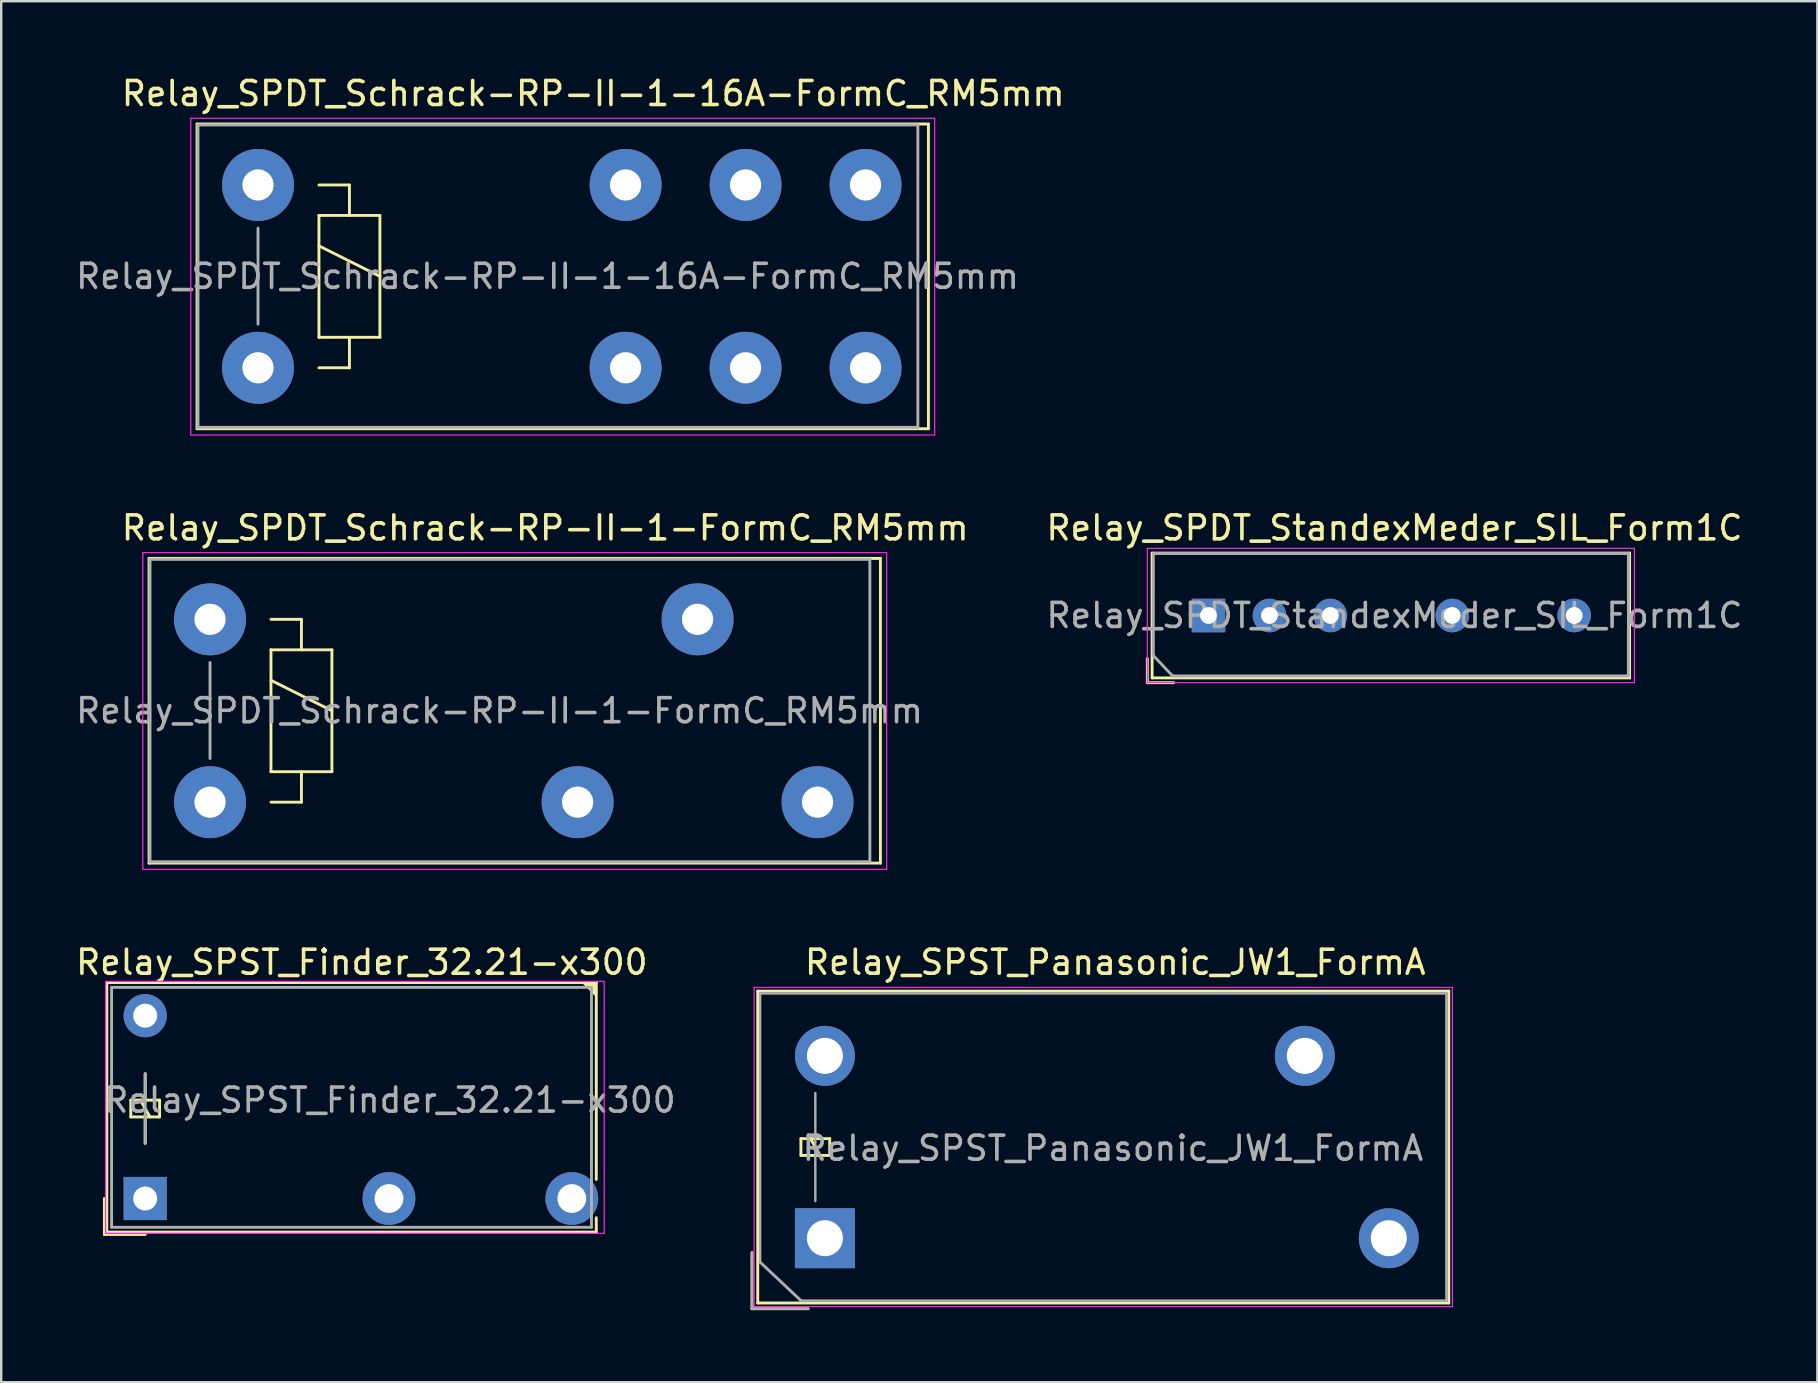
<source format=kicad_pcb>
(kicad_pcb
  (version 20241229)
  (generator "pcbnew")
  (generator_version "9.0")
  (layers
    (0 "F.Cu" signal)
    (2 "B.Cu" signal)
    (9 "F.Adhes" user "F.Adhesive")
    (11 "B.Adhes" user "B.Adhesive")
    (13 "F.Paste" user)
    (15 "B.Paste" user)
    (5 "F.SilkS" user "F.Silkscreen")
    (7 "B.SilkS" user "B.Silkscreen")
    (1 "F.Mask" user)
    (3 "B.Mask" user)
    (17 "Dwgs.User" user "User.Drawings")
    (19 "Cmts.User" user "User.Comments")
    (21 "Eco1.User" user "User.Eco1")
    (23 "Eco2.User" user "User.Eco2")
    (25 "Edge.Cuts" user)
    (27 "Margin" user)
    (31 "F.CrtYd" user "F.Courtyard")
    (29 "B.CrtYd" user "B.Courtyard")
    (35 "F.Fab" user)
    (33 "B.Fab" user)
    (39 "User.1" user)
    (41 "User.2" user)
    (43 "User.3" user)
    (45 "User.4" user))
  (footprint "Relay_SPST_Panasonic_JW1_FormA"
    (layer "F.Cu")
    (at 31.33 48.555)
    (property "Reference" "Relay_SPST_Panasonic_JW1_FormA" (at 12.1 -11.5 180) (layer "F.SilkS") (effects (font (size 1 1) (thickness 0.15))))
    (attr through_hole)
    (fp_line (start -3.04 2.94) (end -3.04 0.6) (stroke (width 0.12) (type solid)) (layer "F.SilkS"))
    (fp_line (start -2.8 -10.3) (end -2.8 2.7) (stroke (width 0.12) (type solid)) (layer "F.SilkS"))
    (fp_line (start -2.8 2.7) (end 26 2.7) (stroke (width 0.12) (type solid)) (layer "F.SilkS"))
    (fp_line (start -1 -4.15) (end -1 -3.45) (stroke (width 0.12) (type solid)) (layer "F.SilkS"))
    (fp_line (start -1 -3.45) (end 0.2 -3.45) (stroke (width 0.12) (type solid)) (layer "F.SilkS"))
    (fp_line (start -0.7 2.94) (end -3.04 2.94) (stroke (width 0.12) (type solid)) (layer "F.SilkS"))
    (fp_line (start -0.2 -3.45) (end -0.6 -4.15) (stroke (width 0.12) (type solid)) (layer "F.SilkS"))
    (fp_line (start 0.2 -4.15) (end -1 -4.15) (stroke (width 0.12) (type solid)) (layer "F.SilkS"))
    (fp_line (start 0.2 -3.45) (end 0.2 -4.15) (stroke (width 0.12) (type solid)) (layer "F.SilkS"))
    (fp_line (start 26 -10.3) (end -2.8 -10.3) (stroke (width 0.12) (type solid)) (layer "F.SilkS"))
    (fp_line (start 26 2.7) (end 26 -10.3) (stroke (width 0.12) (type solid)) (layer "F.SilkS"))
    (fp_line (start -2.95 -10.45) (end -2.95 2.85) (stroke (width 0.05) (type solid)) (layer "F.CrtYd"))
    (fp_line (start -2.95 2.85) (end 26.15 2.85) (stroke (width 0.05) (type solid)) (layer "F.CrtYd"))
    (fp_line (start 26.15 -10.45) (end -2.95 -10.45) (stroke (width 0.05) (type solid)) (layer "F.CrtYd"))
    (fp_line (start 26.15 2.85) (end 26.15 -10.45) (stroke (width 0.05) (type solid)) (layer "F.CrtYd"))
    (fp_line (start -3.04 2.94) (end -3.04 0.6) (stroke (width 0.1) (type solid)) (layer "F.Fab"))
    (fp_line (start -2.7 -10.2) (end -2.7 1) (stroke (width 0.1) (type solid)) (layer "F.Fab"))
    (fp_line (start -1 2.6) (end -2.7 1) (stroke (width 0.12) (type solid)) (layer "F.Fab"))
    (fp_line (start -1 2.6) (end 25.9 2.6) (stroke (width 0.1) (type solid)) (layer "F.Fab"))
    (fp_line (start -0.7 2.94) (end -3.04 2.94) (stroke (width 0.1) (type solid)) (layer "F.Fab"))
    (fp_line (start -0.4 -1.55) (end -0.4 -6.05) (stroke (width 0.1) (type solid)) (layer "F.Fab"))
    (fp_line (start 25.9 -10.2) (end -2.7 -10.2) (stroke (width 0.1) (type solid)) (layer "F.Fab"))
    (fp_line (start 25.9 2.6) (end 25.9 -10.2) (stroke (width 0.1) (type solid)) (layer "F.Fab"))
    (fp_text user "${REFERENCE}" (at 12 -3.75 180) (layer "F.Fab") (effects (font (size 1 1) (thickness 0.15))))
    (pad "1" thru_hole rect (at 0 0 90) (size 2.5 2.5) (drill 1.5) (layers "*.Cu" "*.Mask"))
    (pad "4" thru_hole oval (at 23.5 0 90) (size 2.5 2.5) (drill 1.5) (layers "*.Cu" "*.Mask"))
    (pad "6" thru_hole oval (at 20 -7.6 90) (size 2.5 2.5) (drill 1.5) (layers "*.Cu" "*.Mask"))
    (pad "8" thru_hole oval (at 0 -7.6 90) (size 2.5 2.5) (drill 1.5) (layers "*.Cu" "*.Mask")))
  (footprint "Relay_SPST_Finder_32.21-x300"
    (layer "F.Cu")
    (at 3.001 46.9)
    (property "Reference" "Relay_SPST_Finder_32.21-x300" (at 9.029 -9.846 180) (layer "F.SilkS") (effects (font (size 1 1) (thickness 0.15))))
    (attr through_hole)
    (fp_line (start -1.7 1.5) (end -1.7 0) (stroke (width 0.12) (type solid)) (layer "F.SilkS"))
    (fp_line (start -1.6 -9) (end 18.8 -9) (stroke (width 0.12) (type solid)) (layer "F.SilkS"))
    (fp_line (start -1.6 1.4) (end -1.6 -9) (stroke (width 0.12) (type solid)) (layer "F.SilkS"))
    (fp_line (start -0.6 -4.1) (end -0.6 -3.4) (stroke (width 0.12) (type solid)) (layer "F.SilkS"))
    (fp_line (start -0.6 -3.4) (end 0.6 -3.4) (stroke (width 0.12) (type solid)) (layer "F.SilkS"))
    (fp_line (start 0 -4.1) (end 0 -5.2) (stroke (width 0.12) (type solid)) (layer "F.SilkS"))
    (fp_line (start 0 -3.4) (end 0 -2.3) (stroke (width 0.12) (type solid)) (layer "F.SilkS"))
    (fp_line (start 0 1.5) (end -1.7 1.5) (stroke (width 0.12) (type solid)) (layer "F.SilkS"))
    (fp_line (start 0.2 -3.4) (end -0.2 -4.1) (stroke (width 0.12) (type solid)) (layer "F.SilkS"))
    (fp_line (start 0.6 -4.1) (end -0.6 -4.1) (stroke (width 0.12) (type solid)) (layer "F.SilkS"))
    (fp_line (start 0.6 -3.4) (end 0.6 -4.1) (stroke (width 0.12) (type solid)) (layer "F.SilkS"))
    (fp_line (start 18.279 -8.996) (end 18.779 -8.496) (stroke (width 0.12) (type solid)) (layer "F.SilkS"))
    (fp_line (start 18.479 -8.996) (end 18.779 -8.696) (stroke (width 0.12) (type solid)) (layer "F.SilkS"))
    (fp_line (start 18.679 -8.996) (end 18.779 -8.896) (stroke (width 0.12) (type solid)) (layer "F.SilkS"))
    (fp_line (start 18.779 -8.796) (end 18.579 -8.996) (stroke (width 0.12) (type solid)) (layer "F.SilkS"))
    (fp_line (start 18.779 -8.596) (end 18.379 -8.996) (stroke (width 0.12) (type solid)) (layer "F.SilkS"))
    (fp_line (start 18.8 -9) (end 18.8 -0.796) (stroke (width 0.12) (type solid)) (layer "F.SilkS"))
    (fp_line (start 18.8 0.8) (end 18.8 1.4) (stroke (width 0.12) (type solid)) (layer "F.SilkS"))
    (fp_line (start 18.8 1.4) (end -1.6 1.4) (stroke (width 0.12) (type solid)) (layer "F.SilkS"))
    (fp_line (start -1.65 1.45) (end -1.65 -9.05) (stroke (width 0.05) (type solid)) (layer "F.CrtYd"))
    (fp_line (start -1.65 1.45) (end 19.13 1.45) (stroke (width 0.05) (type solid)) (layer "F.CrtYd"))
    (fp_line (start 19.13 -9.05) (end -1.65 -9.05) (stroke (width 0.05) (type solid)) (layer "F.CrtYd"))
    (fp_line (start 19.13 -9.05) (end 19.13 1.45) (stroke (width 0.05) (type solid)) (layer "F.CrtYd"))
    (fp_line (start -1.4 -8.8) (end 18.6 -8.8) (stroke (width 0.12) (type solid)) (layer "F.Fab"))
    (fp_line (start -1.4 1.2) (end -1.4 -8.8) (stroke (width 0.12) (type solid)) (layer "F.Fab"))
    (fp_line (start 0 -2.3) (end 0 -5.2) (stroke (width 0.12) (type solid)) (layer "F.Fab"))
    (fp_line (start 18.6 -8.8) (end 18.6 1.2) (stroke (width 0.12) (type solid)) (layer "F.Fab"))
    (fp_line (start 18.6 1.2) (end -1.4 1.2) (stroke (width 0.12) (type solid)) (layer "F.Fab"))
    (fp_text user "${REFERENCE}" (at 10.2 -4.1 180) (layer "F.Fab") (effects (font (size 1 1) (thickness 0.15))))
    (pad "11" thru_hole circle (at 10.16 0 90) (size 2.2 2.2) (drill 1.2) (layers "*.Cu" "*.Mask"))
    (pad "14" thru_hole circle (at 17.78 0 90) (size 2.2 2.2) (drill 1.2) (layers "*.Cu" "*.Mask"))
    (pad "A1" thru_hole rect (at 0 0 90) (size 1.8 1.8) (drill 1) (layers "*.Cu" "*.Mask"))
    (pad "A2" thru_hole circle (at 0 -7.62 90) (size 1.8 1.8) (drill 1) (layers "*.Cu" "*.Mask")))
  (footprint "Relay_SPDT_Schrack-RP-II-1-FormC_RM5mm"
    (layer "F.Cu")
    (at 5.703 22.762)
    (property "Reference" "Relay_SPDT_Schrack-RP-II-1-FormC_RM5mm" (at 13.97 -3.81 0) (layer "F.SilkS") (effects (font (size 1 1) (thickness 0.15))))
    (attr through_hole)
    (fp_line (start -2.54 -2.54) (end 27.94 -2.54) (stroke (width 0.12) (type solid)) (layer "F.SilkS"))
    (fp_line (start -2.54 10.16) (end -2.54 -2.54) (stroke (width 0.12) (type solid)) (layer "F.SilkS"))
    (fp_line (start 2.54 0) (end 3.81 0) (stroke (width 0.12) (type solid)) (layer "F.SilkS"))
    (fp_line (start 2.54 1.27) (end 3.81 1.27) (stroke (width 0.12) (type solid)) (layer "F.SilkS"))
    (fp_line (start 2.54 2.54) (end 5.08 3.81) (stroke (width 0.12) (type solid)) (layer "F.SilkS"))
    (fp_line (start 2.54 6.35) (end 2.54 1.27) (stroke (width 0.12) (type solid)) (layer "F.SilkS"))
    (fp_line (start 3.81 0) (end 3.81 1.27) (stroke (width 0.12) (type solid)) (layer "F.SilkS"))
    (fp_line (start 3.81 1.27) (end 5.08 1.27) (stroke (width 0.12) (type solid)) (layer "F.SilkS"))
    (fp_line (start 3.81 6.35) (end 3.81 7.62) (stroke (width 0.12) (type solid)) (layer "F.SilkS"))
    (fp_line (start 3.81 7.62) (end 2.54 7.62) (stroke (width 0.12) (type solid)) (layer "F.SilkS"))
    (fp_line (start 5.08 1.27) (end 5.08 6.35) (stroke (width 0.12) (type solid)) (layer "F.SilkS"))
    (fp_line (start 5.08 6.35) (end 2.54 6.35) (stroke (width 0.12) (type solid)) (layer "F.SilkS"))
    (fp_line (start 27.94 -2.54) (end 27.94 10.16) (stroke (width 0.12) (type solid)) (layer "F.SilkS"))
    (fp_line (start 27.94 10.16) (end -2.54 10.16) (stroke (width 0.12) (type solid)) (layer "F.SilkS"))
    (fp_line (start -2.8 -2.78) (end 28.2 -2.78) (stroke (width 0.05) (type solid)) (layer "F.CrtYd"))
    (fp_line (start -2.8 10.42) (end -2.8 -2.78) (stroke (width 0.05) (type solid)) (layer "F.CrtYd"))
    (fp_line (start 28.2 -2.78) (end 28.2 10.42) (stroke (width 0.05) (type solid)) (layer "F.CrtYd"))
    (fp_line (start 28.2 10.42) (end -2.8 10.42) (stroke (width 0.05) (type solid)) (layer "F.CrtYd"))
    (fp_line (start -2.5 -2.5) (end 27.5 -2.5) (stroke (width 0.12) (type solid)) (layer "F.Fab"))
    (fp_line (start -2.5 10.1) (end -2.5 -2.5) (stroke (width 0.12) (type solid)) (layer "F.Fab"))
    (fp_line (start 0 1.8) (end 0 5.8) (stroke (width 0.12) (type solid)) (layer "F.Fab"))
    (fp_line (start 27.5 -2.5) (end 27.5 10.1) (stroke (width 0.12) (type solid)) (layer "F.Fab"))
    (fp_line (start 27.5 10.1) (end -2.5 10.1) (stroke (width 0.12) (type solid)) (layer "F.Fab"))
    (fp_text user "${REFERENCE}" (at 12.065 3.81 0) (layer "F.Fab") (effects (font (size 1 1) (thickness 0.15))))
    (pad "11" thru_hole circle (at 20.32 0) (size 3 3) (drill 1.3) (layers "*.Cu" "*.Mask"))
    (pad "12" thru_hole circle (at 15.32 7.62) (size 3 3) (drill 1.3) (layers "*.Cu" "*.Mask"))
    (pad "14" thru_hole circle (at 25.32 7.62) (size 3 3) (drill 1.3) (layers "*.Cu" "*.Mask"))
    (pad "A1" thru_hole circle (at 0 0) (size 3 3) (drill 1.3) (layers "*.Cu" "*.Mask"))
    (pad "A2" thru_hole circle (at 0 7.62) (size 3 3) (drill 1.3) (layers "*.Cu" "*.Mask")))
  (footprint "Relay_SPDT_Schrack-RP-II-1-16A-FormC_RM5mm"
    (layer "F.Cu")
    (at 7.703 4.658)
    (property "Reference" "Relay_SPDT_Schrack-RP-II-1-16A-FormC_RM5mm" (at 13.97 -3.81 0) (layer "F.SilkS") (effects (font (size 1 1) (thickness 0.15))))
    (attr through_hole)
    (fp_line (start -2.54 -2.54) (end 27.94 -2.54) (stroke (width 0.12) (type solid)) (layer "F.SilkS"))
    (fp_line (start -2.54 10.16) (end -2.54 -2.54) (stroke (width 0.12) (type solid)) (layer "F.SilkS"))
    (fp_line (start 2.54 0) (end 3.81 0) (stroke (width 0.12) (type solid)) (layer "F.SilkS"))
    (fp_line (start 2.54 1.27) (end 3.81 1.27) (stroke (width 0.12) (type solid)) (layer "F.SilkS"))
    (fp_line (start 2.54 2.54) (end 5.08 3.81) (stroke (width 0.12) (type solid)) (layer "F.SilkS"))
    (fp_line (start 2.54 6.35) (end 2.54 1.27) (stroke (width 0.12) (type solid)) (layer "F.SilkS"))
    (fp_line (start 3.81 0) (end 3.81 1.27) (stroke (width 0.12) (type solid)) (layer "F.SilkS"))
    (fp_line (start 3.81 1.27) (end 5.08 1.27) (stroke (width 0.12) (type solid)) (layer "F.SilkS"))
    (fp_line (start 3.81 6.35) (end 3.81 7.62) (stroke (width 0.12) (type solid)) (layer "F.SilkS"))
    (fp_line (start 3.81 7.62) (end 2.54 7.62) (stroke (width 0.12) (type solid)) (layer "F.SilkS"))
    (fp_line (start 5.08 1.27) (end 5.08 6.35) (stroke (width 0.12) (type solid)) (layer "F.SilkS"))
    (fp_line (start 5.08 6.35) (end 2.54 6.35) (stroke (width 0.12) (type solid)) (layer "F.SilkS"))
    (fp_line (start 27.94 -2.54) (end 27.94 10.16) (stroke (width 0.12) (type solid)) (layer "F.SilkS"))
    (fp_line (start 27.94 10.16) (end -2.54 10.16) (stroke (width 0.12) (type solid)) (layer "F.SilkS"))
    (fp_line (start -2.8 -2.78) (end 28.2 -2.78) (stroke (width 0.05) (type solid)) (layer "F.CrtYd"))
    (fp_line (start -2.8 10.42) (end -2.8 -2.78) (stroke (width 0.05) (type solid)) (layer "F.CrtYd"))
    (fp_line (start 28.2 -2.78) (end 28.2 10.42) (stroke (width 0.05) (type solid)) (layer "F.CrtYd"))
    (fp_line (start 28.2 10.42) (end -2.8 10.42) (stroke (width 0.05) (type solid)) (layer "F.CrtYd"))
    (fp_line (start -2.5 -2.5) (end 27.5 -2.5) (stroke (width 0.12) (type solid)) (layer "F.Fab"))
    (fp_line (start -2.5 10.1) (end -2.5 -2.5) (stroke (width 0.12) (type solid)) (layer "F.Fab"))
    (fp_line (start 0 1.8) (end 0 5.8) (stroke (width 0.12) (type solid)) (layer "F.Fab"))
    (fp_line (start 27.5 -2.5) (end 27.5 10.1) (stroke (width 0.12) (type solid)) (layer "F.Fab"))
    (fp_line (start 27.5 10.1) (end -2.5 10.1) (stroke (width 0.12) (type solid)) (layer "F.Fab"))
    (fp_text user "${REFERENCE}" (at 12.065 3.81 0) (layer "F.Fab") (effects (font (size 1 1) (thickness 0.15))))
    (pad "11" thru_hole circle (at 20.32 0) (size 3 3) (drill 1.3) (layers "*.Cu" "*.Mask"))
    (pad "11" thru_hole circle (at 20.32 7.62) (size 3 3) (drill 1.3) (layers "*.Cu" "*.Mask"))
    (pad "12" thru_hole circle (at 15.32 0) (size 3 3) (drill 1.3) (layers "*.Cu" "*.Mask"))
    (pad "12" thru_hole circle (at 15.32 7.62) (size 3 3) (drill 1.3) (layers "*.Cu" "*.Mask"))
    (pad "14" thru_hole circle (at 25.32 0) (size 3 3) (drill 1.3) (layers "*.Cu" "*.Mask"))
    (pad "14" thru_hole circle (at 25.32 7.62) (size 3 3) (drill 1.3) (layers "*.Cu" "*.Mask"))
    (pad "A1" thru_hole circle (at 0 0) (size 3 3) (drill 1.3) (layers "*.Cu" "*.Mask"))
    (pad "A2" thru_hole circle (at 0 7.62) (size 3 3) (drill 1.3) (layers "*.Cu" "*.Mask")))
  (footprint "Relay_SPDT_StandexMeder_SIL_Form1C"
    (layer "F.Cu")
    (at 47.316 22.602)
    (property "Reference" "Relay_SPDT_StandexMeder_SIL_Form1C" (at 7.75 -3.65 0) (layer "F.SilkS") (effects (font (size 1 1) (thickness 0.15))))
    (attr through_hole)
    (fp_line (start -2.55 2.8) (end -2.55 1.8) (stroke (width 0.12) (type solid)) (layer "F.SilkS"))
    (fp_line (start -2.35 -2.6) (end 17.55 -2.6) (stroke (width 0.12) (type solid)) (layer "F.SilkS"))
    (fp_line (start -2.35 2.6) (end -2.35 -2.6) (stroke (width 0.12) (type solid)) (layer "F.SilkS"))
    (fp_line (start -1.45 2.8) (end -2.55 2.8) (stroke (width 0.12) (type solid)) (layer "F.SilkS"))
    (fp_line (start 17.55 -2.6) (end 17.55 2.6) (stroke (width 0.12) (type solid)) (layer "F.SilkS"))
    (fp_line (start 17.55 2.6) (end -2.35 2.6) (stroke (width 0.12) (type solid)) (layer "F.SilkS"))
    (fp_line (start -2.55 -2.8) (end -2.55 2.8) (stroke (width 0.05) (type solid)) (layer "F.CrtYd"))
    (fp_line (start -2.55 -2.8) (end 17.75 -2.8) (stroke (width 0.05) (type solid)) (layer "F.CrtYd"))
    (fp_line (start 17.75 2.8) (end -2.55 2.8) (stroke (width 0.05) (type solid)) (layer "F.CrtYd"))
    (fp_line (start 17.75 2.8) (end 17.75 -2.8) (stroke (width 0.05) (type solid)) (layer "F.CrtYd"))
    (fp_line (start -2.3 -2.583) (end 17.5 -2.583) (stroke (width 0.12) (type solid)) (layer "F.Fab"))
    (fp_line (start -2.3 1.667) (end -2.3 -2.583) (stroke (width 0.12) (type solid)) (layer "F.Fab"))
    (fp_line (start -1.5 2.517) (end -2.3 1.667) (stroke (width 0.12) (type solid)) (layer "F.Fab"))
    (fp_line (start 17.5 -2.583) (end 17.5 2.517) (stroke (width 0.12) (type solid)) (layer "F.Fab"))
    (fp_line (start 17.5 2.517) (end -1.5 2.517) (stroke (width 0.12) (type solid)) (layer "F.Fab"))
    (fp_text user "${REFERENCE}" (at 7.75 0 0) (layer "F.Fab") (effects (font (size 1 1) (thickness 0.15))))
    (pad "1" thru_hole rect (at 0 0) (size 1.4 1.4) (drill 0.7) (layers "*.Cu" "*.Mask"))
    (pad "2" thru_hole circle (at 2.54 0) (size 1.4 1.4) (drill 0.7) (layers "*.Cu" "*.Mask"))
    (pad "3" thru_hole circle (at 5.08 0) (size 1.4 1.4) (drill 0.7) (layers "*.Cu" "*.Mask"))
    (pad "5" thru_hole circle (at 10.16 0) (size 1.4 1.4) (drill 0.7) (layers "*.Cu" "*.Mask"))
    (pad "7" thru_hole circle (at 15.24 0) (size 1.4 1.4) (drill 0.7) (layers "*.Cu" "*.Mask")))
  (gr_rect
    (start -3 -3)
    (end 72.691 54.555)
    (stroke (width 0.1) (type default))
    (fill no)
    (layer "Edge.Cuts")))
</source>
